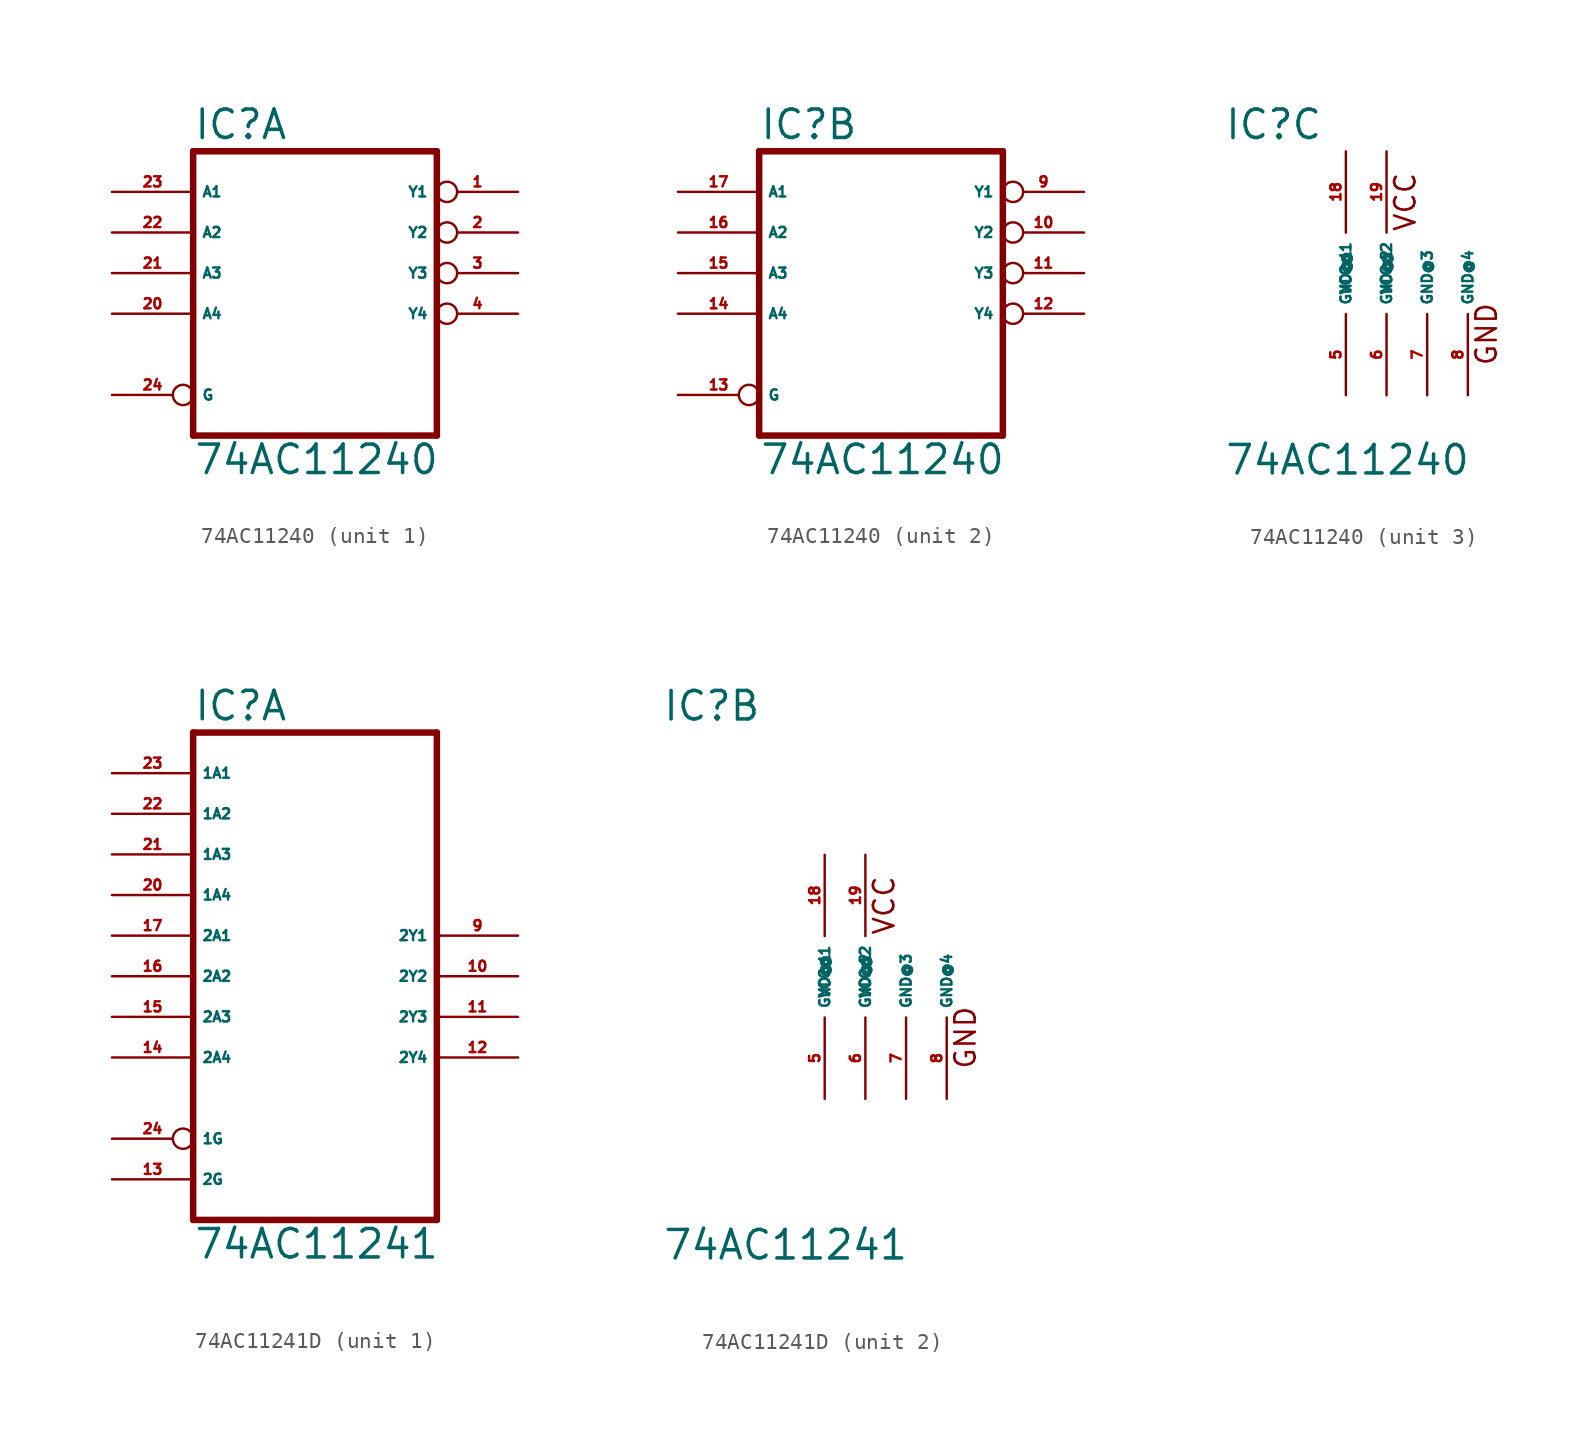
<source format=kicad_sym>
(kicad_symbol_lib
  (version 20220914)
  (generator Eagle2Kicad)
  (symbol "74AC11240"
    (property "Reference" "IC"
      (at -7.62 8.255 0)
      (effects (font (size 1.778 1.778) (thickness 0.22)) (justify left bottom)))
    (property "Value" "74AC11240"
      (at -7.62 -12.7 0)
      (effects (font (size 1.778 1.778) (thickness 0.22)) (justify left bottom)))
    (symbol "74AC11240_1_0"
      (polyline (pts (xy -7.62 -10.16) (xy 7.62 -10.16)) (stroke (width 0.406) (type default)) (fill (type none)))
      (polyline (pts (xy 7.62 -10.16) (xy 7.62 7.62)) (stroke (width 0.406) (type default)) (fill (type none)))
      (polyline (pts (xy 7.62 7.62) (xy -7.62 7.62)) (stroke (width 0.406) (type default)) (fill (type none)))
      (polyline (pts (xy -7.62 7.62) (xy -7.62 -10.16)) (stroke (width 0.406) (type default)) (fill (type none)))
      (pin tri_state inverted (at 12.7 5.08 180) (length 5.08) (name "Y1" (effects (font (size 0.635 0.635) (thickness 0.08)) (justify left bottom))) (number "1" (effects (font (size 0.635 0.635) (thickness 0.08)) (justify left bottom))))
      (pin tri_state inverted (at 12.7 2.54 180) (length 5.08) (name "Y2" (effects (font (size 0.635 0.635) (thickness 0.08)) (justify left bottom))) (number "2" (effects (font (size 0.635 0.635) (thickness 0.08)) (justify left bottom))))
      (pin tri_state inverted (at 12.7 0 180) (length 5.08) (name "Y3" (effects (font (size 0.635 0.635) (thickness 0.08)) (justify left bottom))) (number "3" (effects (font (size 0.635 0.635) (thickness 0.08)) (justify left bottom))))
      (pin tri_state inverted (at 12.7 -2.54 180) (length 5.08) (name "Y4" (effects (font (size 0.635 0.635) (thickness 0.08)) (justify left bottom))) (number "4" (effects (font (size 0.635 0.635) (thickness 0.08)) (justify left bottom))))
      (pin input line (at -12.7 -2.54 0) (length 5.08) (name "A4" (effects (font (size 0.635 0.635) (thickness 0.08)) (justify left bottom))) (number "20" (effects (font (size 0.635 0.635) (thickness 0.08)) (justify left bottom))))
      (pin input line (at -12.7 0 0) (length 5.08) (name "A3" (effects (font (size 0.635 0.635) (thickness 0.08)) (justify left bottom))) (number "21" (effects (font (size 0.635 0.635) (thickness 0.08)) (justify left bottom))))
      (pin input line (at -12.7 2.54 0) (length 5.08) (name "A2" (effects (font (size 0.635 0.635) (thickness 0.08)) (justify left bottom))) (number "22" (effects (font (size 0.635 0.635) (thickness 0.08)) (justify left bottom))))
      (pin input line (at -12.7 5.08 0) (length 5.08) (name "A1" (effects (font (size 0.635 0.635) (thickness 0.08)) (justify left bottom))) (number "23" (effects (font (size 0.635 0.635) (thickness 0.08)) (justify left bottom))))
      (pin input inverted (at -12.7 -7.62 0) (length 5.08) (name "G" (effects (font (size 0.635 0.635) (thickness 0.08)) (justify left bottom))) (number "24" (effects (font (size 0.635 0.635) (thickness 0.08)) (justify left bottom)))))
    (symbol "74AC11240_2_0"
      (polyline (pts (xy -7.62 -10.16) (xy 7.62 -10.16)) (stroke (width 0.406) (type default)) (fill (type none)))
      (polyline (pts (xy 7.62 -10.16) (xy 7.62 7.62)) (stroke (width 0.406) (type default)) (fill (type none)))
      (polyline (pts (xy 7.62 7.62) (xy -7.62 7.62)) (stroke (width 0.406) (type default)) (fill (type none)))
      (polyline (pts (xy -7.62 7.62) (xy -7.62 -10.16)) (stroke (width 0.406) (type default)) (fill (type none)))
      (pin tri_state inverted (at 12.7 5.08 180) (length 5.08) (name "Y1" (effects (font (size 0.635 0.635) (thickness 0.08)) (justify left bottom))) (number "9" (effects (font (size 0.635 0.635) (thickness 0.08)) (justify left bottom))))
      (pin tri_state inverted (at 12.7 2.54 180) (length 5.08) (name "Y2" (effects (font (size 0.635 0.635) (thickness 0.08)) (justify left bottom))) (number "10" (effects (font (size 0.635 0.635) (thickness 0.08)) (justify left bottom))))
      (pin tri_state inverted (at 12.7 0 180) (length 5.08) (name "Y3" (effects (font (size 0.635 0.635) (thickness 0.08)) (justify left bottom))) (number "11" (effects (font (size 0.635 0.635) (thickness 0.08)) (justify left bottom))))
      (pin tri_state inverted (at 12.7 -2.54 180) (length 5.08) (name "Y4" (effects (font (size 0.635 0.635) (thickness 0.08)) (justify left bottom))) (number "12" (effects (font (size 0.635 0.635) (thickness 0.08)) (justify left bottom))))
      (pin input line (at -12.7 -2.54 0) (length 5.08) (name "A4" (effects (font (size 0.635 0.635) (thickness 0.08)) (justify left bottom))) (number "14" (effects (font (size 0.635 0.635) (thickness 0.08)) (justify left bottom))))
      (pin input line (at -12.7 0 0) (length 5.08) (name "A3" (effects (font (size 0.635 0.635) (thickness 0.08)) (justify left bottom))) (number "15" (effects (font (size 0.635 0.635) (thickness 0.08)) (justify left bottom))))
      (pin input line (at -12.7 2.54 0) (length 5.08) (name "A2" (effects (font (size 0.635 0.635) (thickness 0.08)) (justify left bottom))) (number "16" (effects (font (size 0.635 0.635) (thickness 0.08)) (justify left bottom))))
      (pin input line (at -12.7 5.08 0) (length 5.08) (name "A1" (effects (font (size 0.635 0.635) (thickness 0.08)) (justify left bottom))) (number "17" (effects (font (size 0.635 0.635) (thickness 0.08)) (justify left bottom))))
      (pin input inverted (at -12.7 -7.62 0) (length 5.08) (name "G" (effects (font (size 0.635 0.635) (thickness 0.08)) (justify left bottom))) (number "13" (effects (font (size 0.635 0.635) (thickness 0.08)) (justify left bottom)))))
    (symbol "74AC11240_3_0"
      (text "VCC" (at 4.445 2.54 900) (effects (font (size 1.27 1.27) (thickness 0.16)) (justify left bottom)))
      (text "GND" (at 9.525 -5.842 900) (effects (font (size 1.27 1.27) (thickness 0.16)) (justify left bottom)))
      (pin unspecified line (at 0 -7.62 90) (length 5.08) (name "GND@1" (effects (font (size 0.635 0.635) (thickness 0.08)) (justify left bottom))) (number "5" (effects (font (size 0.635 0.635) (thickness 0.08)) (justify left bottom))))
      (pin unspecified line (at 2.54 -7.62 90) (length 5.08) (name "GND@2" (effects (font (size 0.635 0.635) (thickness 0.08)) (justify left bottom))) (number "6" (effects (font (size 0.635 0.635) (thickness 0.08)) (justify left bottom))))
      (pin unspecified line (at 5.08 -7.62 90) (length 5.08) (name "GND@3" (effects (font (size 0.635 0.635) (thickness 0.08)) (justify left bottom))) (number "7" (effects (font (size 0.635 0.635) (thickness 0.08)) (justify left bottom))))
      (pin unspecified line (at 7.62 -7.62 90) (length 5.08) (name "GND@4" (effects (font (size 0.635 0.635) (thickness 0.08)) (justify left bottom))) (number "8" (effects (font (size 0.635 0.635) (thickness 0.08)) (justify left bottom))))
      (pin unspecified line (at 0 7.62 270) (length 5.08) (name "VCC@1" (effects (font (size 0.635 0.635) (thickness 0.08)) (justify left bottom))) (number "18" (effects (font (size 0.635 0.635) (thickness 0.08)) (justify left bottom))))
      (pin unspecified line (at 2.54 7.62 270) (length 5.08) (name "VCC@2" (effects (font (size 0.635 0.635) (thickness 0.08)) (justify left bottom))) (number "19" (effects (font (size 0.635 0.635) (thickness 0.08)) (justify left bottom))))))
  (symbol "74AC11241D"
    (property "Reference" "IC"
      (at -10.16 15.875 0)
      (effects (font (size 1.778 1.778) (thickness 0.22)) (justify left bottom)))
    (property "Value" "74AC11241"
      (at -10.16 -17.78 0)
      (effects (font (size 1.778 1.778) (thickness 0.22)) (justify left bottom)))
    (symbol "74AC11241D_1_0"
      (polyline (pts (xy -10.16 -15.24) (xy 5.08 -15.24)) (stroke (width 0.406) (type default)) (fill (type none)))
      (polyline (pts (xy 5.08 -15.24) (xy 5.08 15.24)) (stroke (width 0.406) (type default)) (fill (type none)))
      (polyline (pts (xy 5.08 15.24) (xy -10.16 15.24)) (stroke (width 0.406) (type default)) (fill (type none)))
      (polyline (pts (xy -10.16 15.24) (xy -10.16 -15.24)) (stroke (width 0.406) (type default)) (fill (type none)))
      (pin tri_state line (at 10.16 2.54 180) (length 5.08) (name "2Y1" (effects (font (size 0.635 0.635) (thickness 0.08)) (justify left bottom))) (number "9" (effects (font (size 0.635 0.635) (thickness 0.08)) (justify left bottom))))
      (pin tri_state line (at 10.16 0 180) (length 5.08) (name "2Y2" (effects (font (size 0.635 0.635) (thickness 0.08)) (justify left bottom))) (number "10" (effects (font (size 0.635 0.635) (thickness 0.08)) (justify left bottom))))
      (pin tri_state line (at 10.16 -2.54 180) (length 5.08) (name "2Y3" (effects (font (size 0.635 0.635) (thickness 0.08)) (justify left bottom))) (number "11" (effects (font (size 0.635 0.635) (thickness 0.08)) (justify left bottom))))
      (pin tri_state line (at 10.16 -5.08 180) (length 5.08) (name "2Y4" (effects (font (size 0.635 0.635) (thickness 0.08)) (justify left bottom))) (number "12" (effects (font (size 0.635 0.635) (thickness 0.08)) (justify left bottom))))
      (pin input line (at -15.24 -12.7 0) (length 5.08) (name "2G" (effects (font (size 0.635 0.635) (thickness 0.08)) (justify left bottom))) (number "13" (effects (font (size 0.635 0.635) (thickness 0.08)) (justify left bottom))))
      (pin input line (at -15.24 -5.08 0) (length 5.08) (name "2A4" (effects (font (size 0.635 0.635) (thickness 0.08)) (justify left bottom))) (number "14" (effects (font (size 0.635 0.635) (thickness 0.08)) (justify left bottom))))
      (pin input line (at -15.24 -2.54 0) (length 5.08) (name "2A3" (effects (font (size 0.635 0.635) (thickness 0.08)) (justify left bottom))) (number "15" (effects (font (size 0.635 0.635) (thickness 0.08)) (justify left bottom))))
      (pin input line (at -15.24 0 0) (length 5.08) (name "2A2" (effects (font (size 0.635 0.635) (thickness 0.08)) (justify left bottom))) (number "16" (effects (font (size 0.635 0.635) (thickness 0.08)) (justify left bottom))))
      (pin input line (at -15.24 2.54 0) (length 5.08) (name "2A1" (effects (font (size 0.635 0.635) (thickness 0.08)) (justify left bottom))) (number "17" (effects (font (size 0.635 0.635) (thickness 0.08)) (justify left bottom))))
      (pin input line (at -15.24 5.08 0) (length 5.08) (name "1A4" (effects (font (size 0.635 0.635) (thickness 0.08)) (justify left bottom))) (number "20" (effects (font (size 0.635 0.635) (thickness 0.08)) (justify left bottom))))
      (pin input line (at -15.24 7.62 0) (length 5.08) (name "1A3" (effects (font (size 0.635 0.635) (thickness 0.08)) (justify left bottom))) (number "21" (effects (font (size 0.635 0.635) (thickness 0.08)) (justify left bottom))))
      (pin input line (at -15.24 10.16 0) (length 5.08) (name "1A2" (effects (font (size 0.635 0.635) (thickness 0.08)) (justify left bottom))) (number "22" (effects (font (size 0.635 0.635) (thickness 0.08)) (justify left bottom))))
      (pin input line (at -15.24 12.7 0) (length 5.08) (name "1A1" (effects (font (size 0.635 0.635) (thickness 0.08)) (justify left bottom))) (number "23" (effects (font (size 0.635 0.635) (thickness 0.08)) (justify left bottom))))
      (pin input inverted (at -15.24 -10.16 0) (length 5.08) (name "1G" (effects (font (size 0.635 0.635) (thickness 0.08)) (justify left bottom))) (number "24" (effects (font (size 0.635 0.635) (thickness 0.08)) (justify left bottom)))))
    (symbol "74AC11241D_2_0"
      (text "VCC" (at 4.445 2.54 900) (effects (font (size 1.27 1.27) (thickness 0.16)) (justify left bottom)))
      (text "GND" (at 9.525 -5.842 900) (effects (font (size 1.27 1.27) (thickness 0.16)) (justify left bottom)))
      (pin unspecified line (at 0 -7.62 90) (length 5.08) (name "GND@1" (effects (font (size 0.635 0.635) (thickness 0.08)) (justify left bottom))) (number "5" (effects (font (size 0.635 0.635) (thickness 0.08)) (justify left bottom))))
      (pin unspecified line (at 2.54 -7.62 90) (length 5.08) (name "GND@2" (effects (font (size 0.635 0.635) (thickness 0.08)) (justify left bottom))) (number "6" (effects (font (size 0.635 0.635) (thickness 0.08)) (justify left bottom))))
      (pin unspecified line (at 5.08 -7.62 90) (length 5.08) (name "GND@3" (effects (font (size 0.635 0.635) (thickness 0.08)) (justify left bottom))) (number "7" (effects (font (size 0.635 0.635) (thickness 0.08)) (justify left bottom))))
      (pin unspecified line (at 7.62 -7.62 90) (length 5.08) (name "GND@4" (effects (font (size 0.635 0.635) (thickness 0.08)) (justify left bottom))) (number "8" (effects (font (size 0.635 0.635) (thickness 0.08)) (justify left bottom))))
      (pin unspecified line (at 0 7.62 270) (length 5.08) (name "VCC@1" (effects (font (size 0.635 0.635) (thickness 0.08)) (justify left bottom))) (number "18" (effects (font (size 0.635 0.635) (thickness 0.08)) (justify left bottom))))
      (pin unspecified line (at 2.54 7.62 270) (length 5.08) (name "VCC@2" (effects (font (size 0.635 0.635) (thickness 0.08)) (justify left bottom))) (number "19" (effects (font (size 0.635 0.635) (thickness 0.08)) (justify left bottom)))))))
</source>
